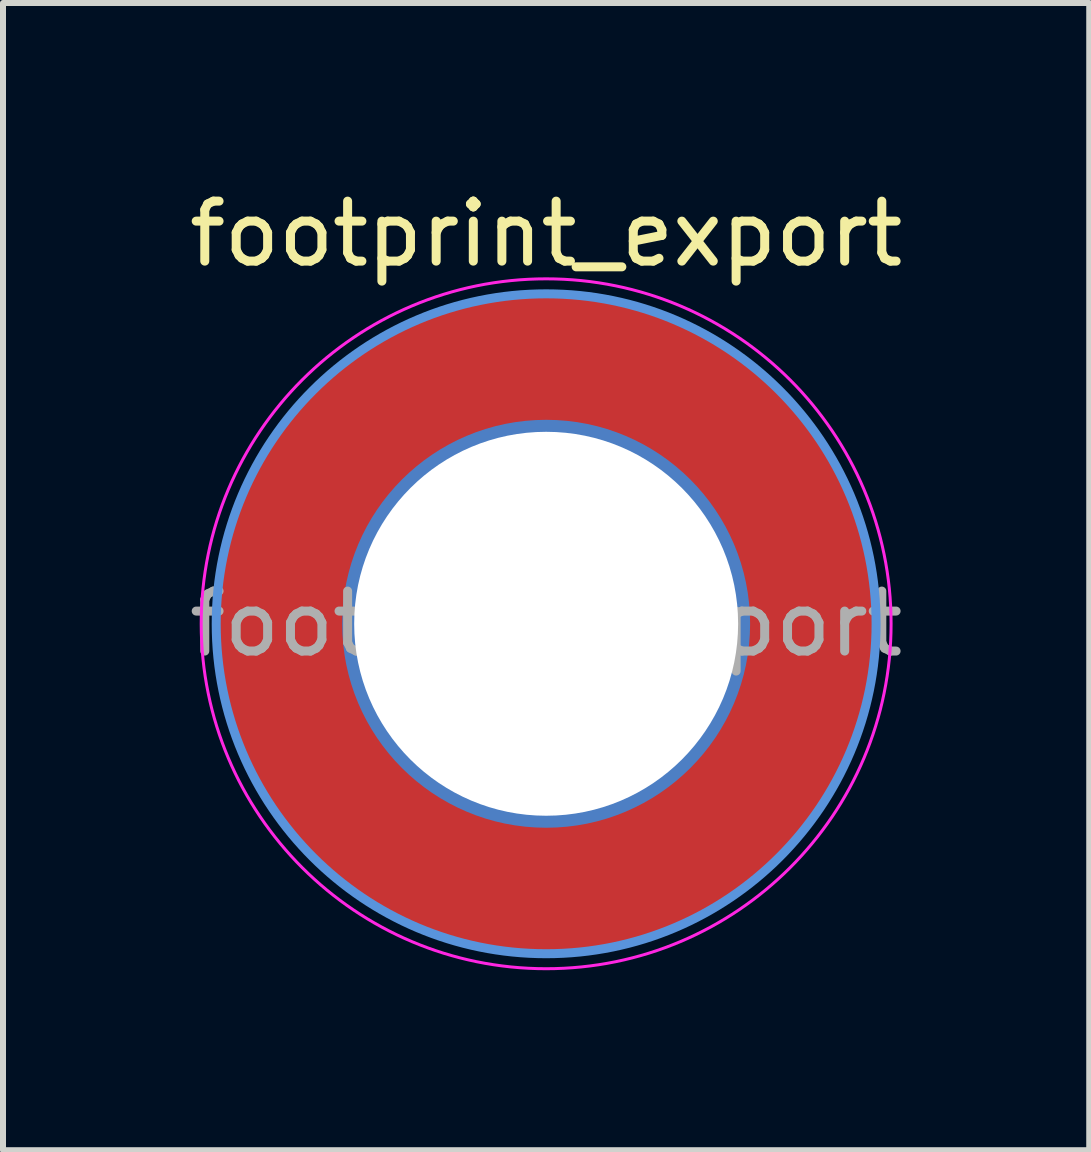
<source format=kicad_pcb>
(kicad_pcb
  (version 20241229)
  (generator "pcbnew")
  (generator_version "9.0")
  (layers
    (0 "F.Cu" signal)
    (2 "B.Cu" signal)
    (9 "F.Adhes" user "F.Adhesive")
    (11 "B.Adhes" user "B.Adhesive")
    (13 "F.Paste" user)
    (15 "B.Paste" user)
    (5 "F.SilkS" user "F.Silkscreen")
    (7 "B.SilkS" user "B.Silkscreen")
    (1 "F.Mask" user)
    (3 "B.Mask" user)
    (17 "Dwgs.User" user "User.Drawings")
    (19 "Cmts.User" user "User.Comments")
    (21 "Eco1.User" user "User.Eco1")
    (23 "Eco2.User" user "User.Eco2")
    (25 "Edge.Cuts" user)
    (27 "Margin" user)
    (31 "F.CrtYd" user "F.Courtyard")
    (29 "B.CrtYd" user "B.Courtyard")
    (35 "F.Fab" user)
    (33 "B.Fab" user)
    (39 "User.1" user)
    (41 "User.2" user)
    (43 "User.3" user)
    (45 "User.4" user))
  (footprint "footprint_export"
    (layer "F.Cu")
    (at 6.054 7.348)
    (property "Reference" "footprint_export" (at 0 -6.5 0) (layer "F.SilkS") (effects (font (size 1 1) (thickness 0.15))))
    (attr exclude_from_pos_files exclude_from_bom)
    (fp_circle (center 0 0) (end 5.5 0) (stroke (width 0.15) (type solid)) (fill no) (layer "Cmts.User"))
    (fp_circle (center 0 0) (end 5.75 0) (stroke (width 0.05) (type solid)) (fill no) (layer "F.CrtYd"))
    (fp_text user "${REFERENCE}" (at 0 0 0) (layer "F.Fab") (effects (font (size 1 1) (thickness 0.15))))
    (pad "" connect circle (at 0 0) (size 11 11) (layers "B.Mask" "Rescue"))
    (pad "1" thru_hole circle (at 0 0) (size 6.8 6.8) (drill 6.4) (layers "*.Cu" "*.Mask"))
    (pad "1" connect circle (at 0 0) (size 11 11) (layers "F.Cu" "F.Mask")))
  (gr_rect
    (start -3 -3)
    (end 15.107 16.123)
    (stroke (width 0.1) (type default))
    (fill no)
    (layer "Edge.Cuts")))
</source>
